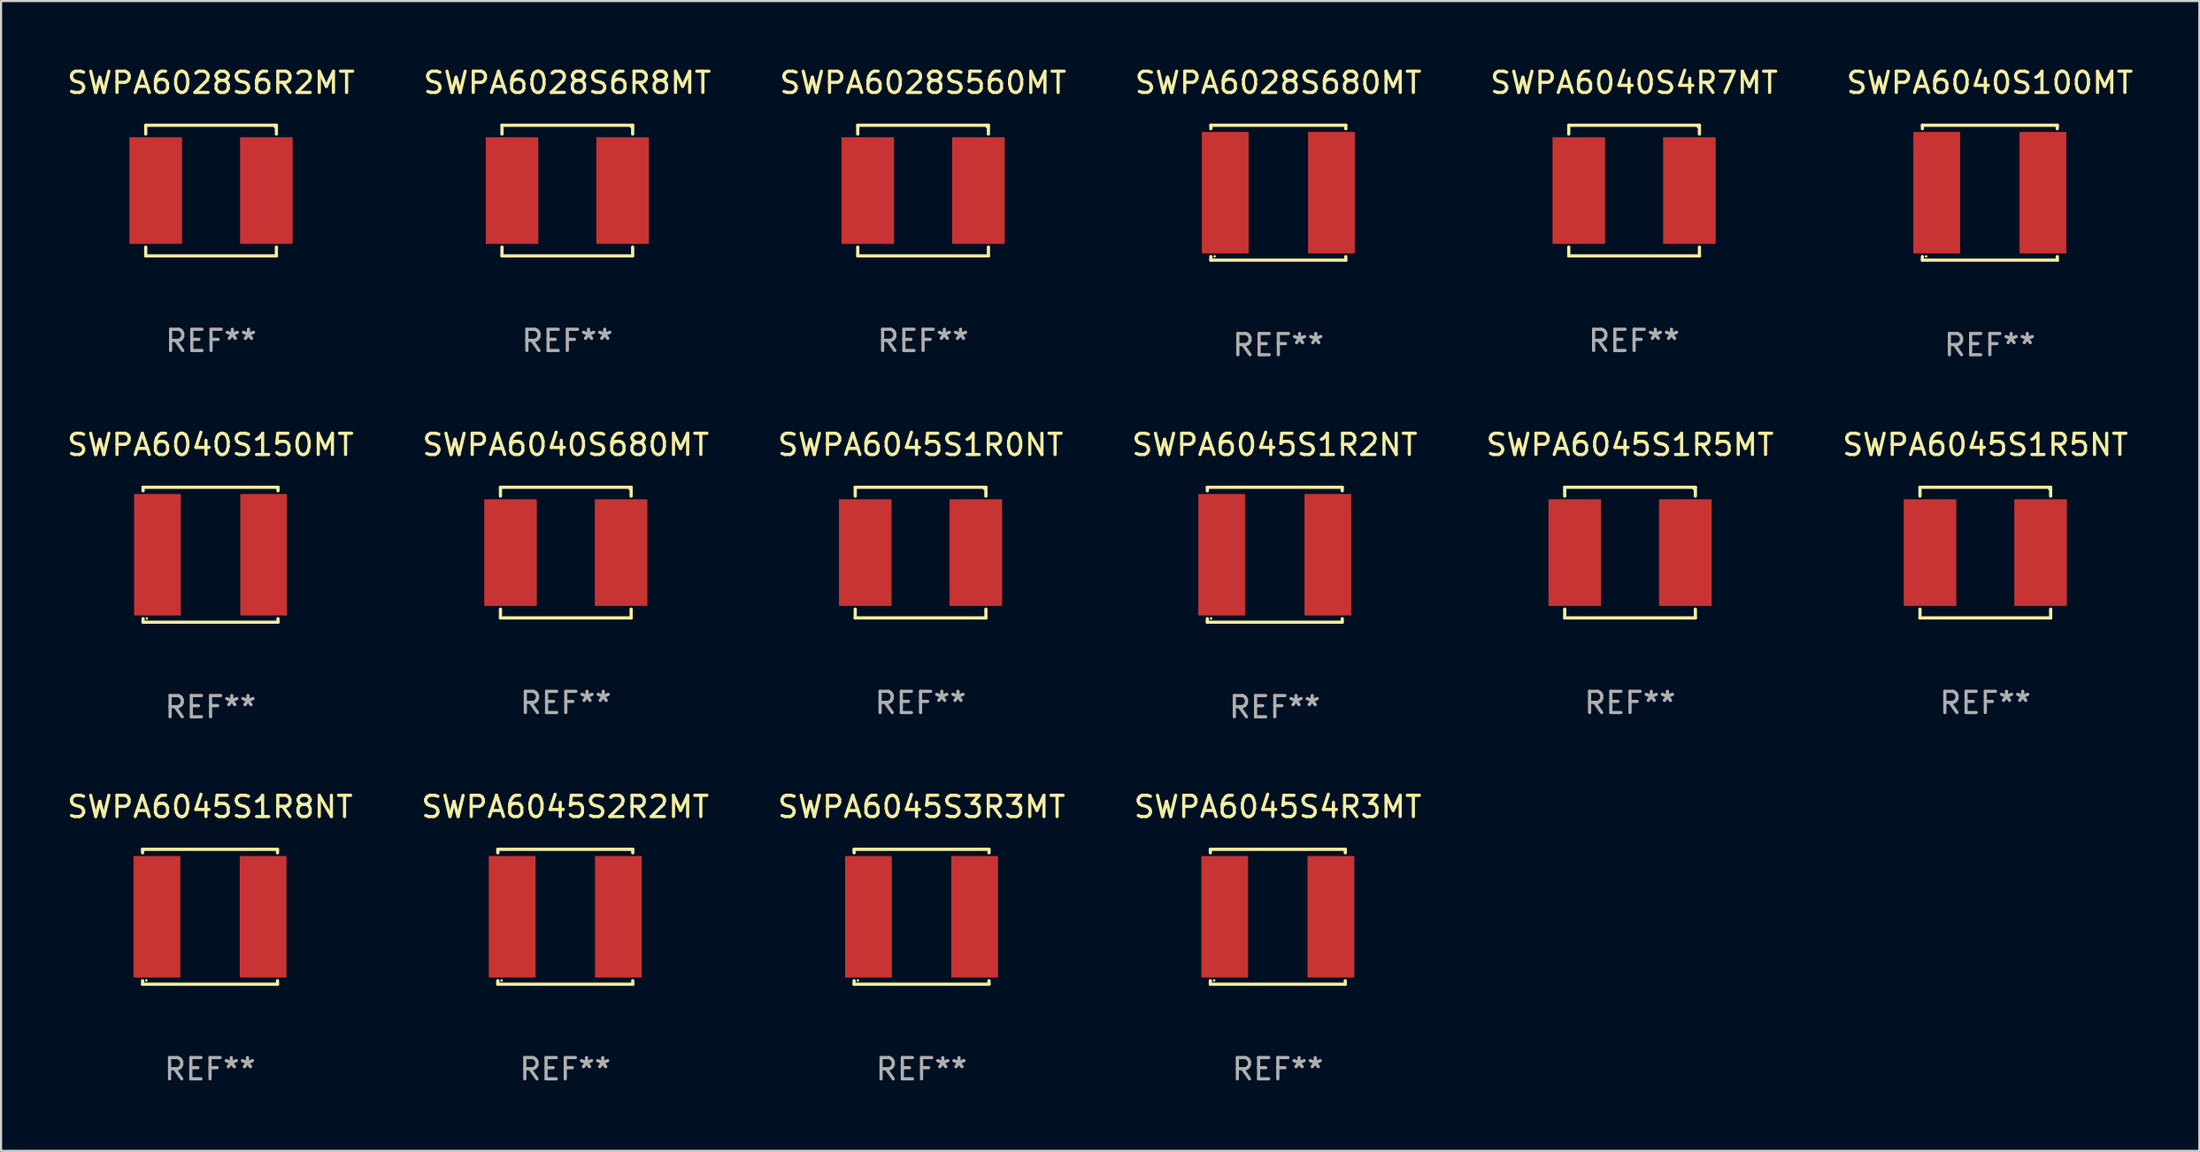
<source format=kicad_pcb>
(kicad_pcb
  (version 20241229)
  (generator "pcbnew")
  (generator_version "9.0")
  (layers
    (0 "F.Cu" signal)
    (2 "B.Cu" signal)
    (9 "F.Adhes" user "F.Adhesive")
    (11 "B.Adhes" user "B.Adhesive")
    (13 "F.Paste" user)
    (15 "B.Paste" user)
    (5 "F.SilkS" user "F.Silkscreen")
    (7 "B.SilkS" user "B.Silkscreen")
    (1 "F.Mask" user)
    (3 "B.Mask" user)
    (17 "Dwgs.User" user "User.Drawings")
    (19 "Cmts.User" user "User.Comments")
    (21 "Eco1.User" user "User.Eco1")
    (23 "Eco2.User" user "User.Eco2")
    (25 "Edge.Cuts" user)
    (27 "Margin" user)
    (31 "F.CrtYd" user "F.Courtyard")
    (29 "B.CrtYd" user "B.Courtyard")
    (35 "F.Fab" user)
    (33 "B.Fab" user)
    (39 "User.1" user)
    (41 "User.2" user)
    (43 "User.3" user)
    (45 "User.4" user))
  (footprint "SWPA6045S1R2NT"
    (layer "F.Cu")
    (at 56.97 23.073)
    (property "Reference" "SWPA6045S1R2NT" (at 0 -5.176 0) (layer "F.SilkS") (effects (font (size 1 1) (thickness 0.15))))
    (attr through_hole)
    (fp_line (start -3.176 -3.176) (end 3.176 -3.176) (stroke (width 0.152) (type solid)) (layer "F.SilkS"))
    (fp_line (start -3.176 -3.012) (end -3.176 -3.176) (stroke (width 0.152) (type solid)) (layer "F.SilkS"))
    (fp_line (start -3.176 3.012) (end -3.176 3.176) (stroke (width 0.152) (type solid)) (layer "F.SilkS"))
    (fp_line (start -3.176 3.176) (end 3.176 3.176) (stroke (width 0.152) (type solid)) (layer "F.SilkS"))
    (fp_line (start 3.176 -3.176) (end 3.176 -3.012) (stroke (width 0.152) (type solid)) (layer "F.SilkS"))
    (fp_line (start 3.176 3.176) (end 3.176 3.012) (stroke (width 0.152) (type solid)) (layer "F.SilkS"))
    (fp_circle (center -3 3) (end -2.97 3) (stroke (width 0.06) (type solid)) (fill no) (layer "F.SilkS"))
    (fp_text user "REF**" (at 0 7.176 0) (layer "F.Fab") (effects (font (size 1 1) (thickness 0.15))))
    (pad "1" smd rect (at -2.5 0) (size 2.2 5.72) (layers "F.Cu" "F.Mask" "F.Paste"))
    (pad "2" smd rect (at 2.5 0) (size 2.2 5.72) (layers "F.Cu" "F.Mask" "F.Paste")))
  (footprint "SWPA6045S4R3MT"
    (layer "F.Cu")
    (at 57.113 40.122)
    (property "Reference" "SWPA6045S4R3MT" (at 0 -5.176 0) (layer "F.SilkS") (effects (font (size 1 1) (thickness 0.15))))
    (attr through_hole)
    (fp_line (start -3.176 -3.176) (end 3.176 -3.176) (stroke (width 0.152) (type solid)) (layer "F.SilkS"))
    (fp_line (start -3.176 -3.012) (end -3.176 -3.176) (stroke (width 0.152) (type solid)) (layer "F.SilkS"))
    (fp_line (start -3.176 3.012) (end -3.176 3.176) (stroke (width 0.152) (type solid)) (layer "F.SilkS"))
    (fp_line (start -3.176 3.176) (end 3.176 3.176) (stroke (width 0.152) (type solid)) (layer "F.SilkS"))
    (fp_line (start 3.176 -3.176) (end 3.176 -3.012) (stroke (width 0.152) (type solid)) (layer "F.SilkS"))
    (fp_line (start 3.176 3.176) (end 3.176 3.012) (stroke (width 0.152) (type solid)) (layer "F.SilkS"))
    (fp_circle (center -3 3) (end -2.97 3) (stroke (width 0.06) (type solid)) (fill no) (layer "F.SilkS"))
    (fp_text user "REF**" (at 0 7.176 0) (layer "F.Fab") (effects (font (size 1 1) (thickness 0.15))))
    (pad "1" smd rect (at -2.5 0) (size 2.2 5.72) (layers "F.Cu" "F.Mask" "F.Paste"))
    (pad "2" smd rect (at 2.5 0) (size 2.2 5.72) (layers "F.Cu" "F.Mask" "F.Paste")))
  (footprint "SWPA6040S150MT"
    (layer "F.Cu")
    (at 6.863 23.073)
    (property "Reference" "SWPA6040S150MT" (at 0 -5.176 0) (layer "F.SilkS") (effects (font (size 1 1) (thickness 0.15))))
    (attr through_hole)
    (fp_line (start -3.176 -3.176) (end 3.176 -3.176) (stroke (width 0.152) (type solid)) (layer "F.SilkS"))
    (fp_line (start -3.176 -3.012) (end -3.176 -3.176) (stroke (width 0.152) (type solid)) (layer "F.SilkS"))
    (fp_line (start -3.176 3.012) (end -3.176 3.176) (stroke (width 0.152) (type solid)) (layer "F.SilkS"))
    (fp_line (start -3.176 3.176) (end 3.176 3.176) (stroke (width 0.152) (type solid)) (layer "F.SilkS"))
    (fp_line (start 3.176 -3.176) (end 3.176 -3.012) (stroke (width 0.152) (type solid)) (layer "F.SilkS"))
    (fp_line (start 3.176 3.176) (end 3.176 3.012) (stroke (width 0.152) (type solid)) (layer "F.SilkS"))
    (fp_circle (center -3 3) (end -2.97 3) (stroke (width 0.06) (type solid)) (fill no) (layer "F.SilkS"))
    (fp_text user "REF**" (at 0 7.176 0) (layer "F.Fab") (effects (font (size 1 1) (thickness 0.15))))
    (pad "1" smd rect (at -2.5 0) (size 2.2 5.72) (layers "F.Cu" "F.Mask" "F.Paste"))
    (pad "2" smd rect (at 2.5 0) (size 2.2 5.72) (layers "F.Cu" "F.Mask" "F.Paste")))
  (footprint "SWPA6045S1R8NT"
    (layer "F.Cu")
    (at 6.839 40.122)
    (property "Reference" "SWPA6045S1R8NT" (at 0 -5.176 0) (layer "F.SilkS") (effects (font (size 1 1) (thickness 0.15))))
    (attr through_hole)
    (fp_line (start -3.176 -3.176) (end 3.176 -3.176) (stroke (width 0.152) (type solid)) (layer "F.SilkS"))
    (fp_line (start -3.176 -3.012) (end -3.176 -3.176) (stroke (width 0.152) (type solid)) (layer "F.SilkS"))
    (fp_line (start -3.176 3.012) (end -3.176 3.176) (stroke (width 0.152) (type solid)) (layer "F.SilkS"))
    (fp_line (start -3.176 3.176) (end 3.176 3.176) (stroke (width 0.152) (type solid)) (layer "F.SilkS"))
    (fp_line (start 3.176 -3.176) (end 3.176 -3.012) (stroke (width 0.152) (type solid)) (layer "F.SilkS"))
    (fp_line (start 3.176 3.176) (end 3.176 3.012) (stroke (width 0.152) (type solid)) (layer "F.SilkS"))
    (fp_circle (center -3 3) (end -2.97 3) (stroke (width 0.06) (type solid)) (fill no) (layer "F.SilkS"))
    (fp_text user "REF**" (at 0 7.176 0) (layer "F.Fab") (effects (font (size 1 1) (thickness 0.15))))
    (pad "1" smd rect (at -2.5 0) (size 2.2 5.72) (layers "F.Cu" "F.Mask" "F.Paste"))
    (pad "2" smd rect (at 2.5 0) (size 2.2 5.72) (layers "F.Cu" "F.Mask" "F.Paste")))
  (footprint "SWPA6045S1R5NT"
    (layer "F.Cu")
    (at 90.423 22.973)
    (property "Reference" "SWPA6045S1R5NT" (at 0 -5.076 0) (layer "F.SilkS") (effects (font (size 1 1) (thickness 0.15))))
    (attr through_hole)
    (fp_line (start -3.076 -3.076) (end 3.076 -3.076) (stroke (width 0.152) (type solid)) (layer "F.SilkS"))
    (fp_line (start -3.076 -2.662) (end -3.076 -3.076) (stroke (width 0.152) (type solid)) (layer "F.SilkS"))
    (fp_line (start -3.076 2.662) (end -3.076 3.076) (stroke (width 0.152) (type solid)) (layer "F.SilkS"))
    (fp_line (start -3.076 3.076) (end 3.076 3.076) (stroke (width 0.152) (type solid)) (layer "F.SilkS"))
    (fp_line (start 3.076 -3.076) (end 3.076 -2.662) (stroke (width 0.152) (type solid)) (layer "F.SilkS"))
    (fp_line (start 3.076 3.076) (end 3.076 2.662) (stroke (width 0.152) (type solid)) (layer "F.SilkS"))
    (fp_circle (center 3 -3) (end 3.03 -3) (stroke (width 0.06) (type solid)) (fill no) (layer "F.SilkS"))
    (fp_text user "REF**" (at 0 7.076 0) (layer "F.Fab") (effects (font (size 1 1) (thickness 0.15))))
    (pad "1" smd rect (at 2.603 0) (size 2.474 5.02) (layers "F.Cu" "F.Mask" "F.Paste"))
    (pad "2" smd rect (at -2.603 0) (size 2.474 5.02) (layers "F.Cu" "F.Mask" "F.Paste")))
  (footprint "SWPA6045S2R2MT"
    (layer "F.Cu")
    (at 23.565 40.122)
    (property "Reference" "SWPA6045S2R2MT" (at 0 -5.176 0) (layer "F.SilkS") (effects (font (size 1 1) (thickness 0.15))))
    (attr through_hole)
    (fp_line (start -3.176 -3.176) (end 3.176 -3.176) (stroke (width 0.152) (type solid)) (layer "F.SilkS"))
    (fp_line (start -3.176 -3.012) (end -3.176 -3.176) (stroke (width 0.152) (type solid)) (layer "F.SilkS"))
    (fp_line (start -3.176 3.012) (end -3.176 3.176) (stroke (width 0.152) (type solid)) (layer "F.SilkS"))
    (fp_line (start -3.176 3.176) (end 3.176 3.176) (stroke (width 0.152) (type solid)) (layer "F.SilkS"))
    (fp_line (start 3.176 -3.176) (end 3.176 -3.012) (stroke (width 0.152) (type solid)) (layer "F.SilkS"))
    (fp_line (start 3.176 3.176) (end 3.176 3.012) (stroke (width 0.152) (type solid)) (layer "F.SilkS"))
    (fp_circle (center -3 3) (end -2.97 3) (stroke (width 0.06) (type solid)) (fill no) (layer "F.SilkS"))
    (fp_text user "REF**" (at 0 7.176 0) (layer "F.Fab") (effects (font (size 1 1) (thickness 0.15))))
    (pad "1" smd rect (at -2.5 0) (size 2.2 5.72) (layers "F.Cu" "F.Mask" "F.Paste"))
    (pad "2" smd rect (at 2.5 0) (size 2.2 5.72) (layers "F.Cu" "F.Mask" "F.Paste")))
  (footprint "SWPA6045S3R3MT"
    (layer "F.Cu")
    (at 40.339 40.122)
    (property "Reference" "SWPA6045S3R3MT" (at 0 -5.176 0) (layer "F.SilkS") (effects (font (size 1 1) (thickness 0.15))))
    (attr through_hole)
    (fp_line (start -3.176 -3.176) (end 3.176 -3.176) (stroke (width 0.152) (type solid)) (layer "F.SilkS"))
    (fp_line (start -3.176 -3.012) (end -3.176 -3.176) (stroke (width 0.152) (type solid)) (layer "F.SilkS"))
    (fp_line (start -3.176 3.012) (end -3.176 3.176) (stroke (width 0.152) (type solid)) (layer "F.SilkS"))
    (fp_line (start -3.176 3.176) (end 3.176 3.176) (stroke (width 0.152) (type solid)) (layer "F.SilkS"))
    (fp_line (start 3.176 -3.176) (end 3.176 -3.012) (stroke (width 0.152) (type solid)) (layer "F.SilkS"))
    (fp_line (start 3.176 3.176) (end 3.176 3.012) (stroke (width 0.152) (type solid)) (layer "F.SilkS"))
    (fp_circle (center -3 3) (end -2.97 3) (stroke (width 0.06) (type solid)) (fill no) (layer "F.SilkS"))
    (fp_text user "REF**" (at 0 7.176 0) (layer "F.Fab") (effects (font (size 1 1) (thickness 0.15))))
    (pad "1" smd rect (at -2.5 0) (size 2.2 5.72) (layers "F.Cu" "F.Mask" "F.Paste"))
    (pad "2" smd rect (at 2.5 0) (size 2.2 5.72) (layers "F.Cu" "F.Mask" "F.Paste")))
  (footprint "SWPA6045S1R5MT"
    (layer "F.Cu")
    (at 73.696 22.973)
    (property "Reference" "SWPA6045S1R5MT" (at 0 -5.076 0) (layer "F.SilkS") (effects (font (size 1 1) (thickness 0.15))))
    (attr through_hole)
    (fp_line (start -3.076 -3.076) (end 3.076 -3.076) (stroke (width 0.152) (type solid)) (layer "F.SilkS"))
    (fp_line (start -3.076 -2.662) (end -3.076 -3.076) (stroke (width 0.152) (type solid)) (layer "F.SilkS"))
    (fp_line (start -3.076 2.662) (end -3.076 3.076) (stroke (width 0.152) (type solid)) (layer "F.SilkS"))
    (fp_line (start -3.076 3.076) (end 3.076 3.076) (stroke (width 0.152) (type solid)) (layer "F.SilkS"))
    (fp_line (start 3.076 -3.076) (end 3.076 -2.662) (stroke (width 0.152) (type solid)) (layer "F.SilkS"))
    (fp_line (start 3.076 3.076) (end 3.076 2.662) (stroke (width 0.152) (type solid)) (layer "F.SilkS"))
    (fp_circle (center 3 -3) (end 3.03 -3) (stroke (width 0.06) (type solid)) (fill no) (layer "F.SilkS"))
    (fp_text user "REF**" (at 0 7.076 0) (layer "F.Fab") (effects (font (size 1 1) (thickness 0.15))))
    (pad "1" smd rect (at 2.603 0) (size 2.474 5.02) (layers "F.Cu" "F.Mask" "F.Paste"))
    (pad "2" smd rect (at -2.603 0) (size 2.474 5.02) (layers "F.Cu" "F.Mask" "F.Paste")))
  (footprint "SWPA6028S6R2MT"
    (layer "F.Cu")
    (at 6.887 5.924)
    (property "Reference" "SWPA6028S6R2MT" (at 0 -5.076 0) (layer "F.SilkS") (effects (font (size 1 1) (thickness 0.15))))
    (attr through_hole)
    (fp_line (start -3.076 -3.076) (end 3.076 -3.076) (stroke (width 0.152) (type solid)) (layer "F.SilkS"))
    (fp_line (start -3.076 -2.662) (end -3.076 -3.076) (stroke (width 0.152) (type solid)) (layer "F.SilkS"))
    (fp_line (start -3.076 2.662) (end -3.076 3.076) (stroke (width 0.152) (type solid)) (layer "F.SilkS"))
    (fp_line (start -3.076 3.076) (end 3.076 3.076) (stroke (width 0.152) (type solid)) (layer "F.SilkS"))
    (fp_line (start 3.076 -3.076) (end 3.076 -2.662) (stroke (width 0.152) (type solid)) (layer "F.SilkS"))
    (fp_line (start 3.076 3.076) (end 3.076 2.662) (stroke (width 0.152) (type solid)) (layer "F.SilkS"))
    (fp_circle (center 3 -3) (end 3.03 -3) (stroke (width 0.06) (type solid)) (fill no) (layer "F.SilkS"))
    (fp_text user "REF**" (at 0 7.076 0) (layer "F.Fab") (effects (font (size 1 1) (thickness 0.15))))
    (pad "1" smd rect (at 2.603 0) (size 2.474 5.02) (layers "F.Cu" "F.Mask" "F.Paste"))
    (pad "2" smd rect (at -2.603 0) (size 2.474 5.02) (layers "F.Cu" "F.Mask" "F.Paste")))
  (footprint "SWPA6040S680MT"
    (layer "F.Cu")
    (at 23.589 22.973)
    (property "Reference" "SWPA6040S680MT" (at 0 -5.076 0) (layer "F.SilkS") (effects (font (size 1 1) (thickness 0.15))))
    (attr through_hole)
    (fp_line (start -3.076 -3.076) (end 3.076 -3.076) (stroke (width 0.152) (type solid)) (layer "F.SilkS"))
    (fp_line (start -3.076 -2.662) (end -3.076 -3.076) (stroke (width 0.152) (type solid)) (layer "F.SilkS"))
    (fp_line (start -3.076 2.662) (end -3.076 3.076) (stroke (width 0.152) (type solid)) (layer "F.SilkS"))
    (fp_line (start -3.076 3.076) (end 3.076 3.076) (stroke (width 0.152) (type solid)) (layer "F.SilkS"))
    (fp_line (start 3.076 -3.076) (end 3.076 -2.662) (stroke (width 0.152) (type solid)) (layer "F.SilkS"))
    (fp_line (start 3.076 3.076) (end 3.076 2.662) (stroke (width 0.152) (type solid)) (layer "F.SilkS"))
    (fp_circle (center 3 -3) (end 3.03 -3) (stroke (width 0.06) (type solid)) (fill no) (layer "F.SilkS"))
    (fp_text user "REF**" (at 0 7.076 0) (layer "F.Fab") (effects (font (size 1 1) (thickness 0.15))))
    (pad "1" smd rect (at 2.603 0) (size 2.474 5.02) (layers "F.Cu" "F.Mask" "F.Paste"))
    (pad "2" smd rect (at -2.603 0) (size 2.474 5.02) (layers "F.Cu" "F.Mask" "F.Paste")))
  (footprint "SWPA6040S100MT"
    (layer "F.Cu")
    (at 90.637 6.024)
    (property "Reference" "SWPA6040S100MT" (at 0 -5.176 0) (layer "F.SilkS") (effects (font (size 1 1) (thickness 0.15))))
    (attr through_hole)
    (fp_line (start -3.176 -3.176) (end 3.176 -3.176) (stroke (width 0.152) (type solid)) (layer "F.SilkS"))
    (fp_line (start -3.176 -3.012) (end -3.176 -3.176) (stroke (width 0.152) (type solid)) (layer "F.SilkS"))
    (fp_line (start -3.176 3.012) (end -3.176 3.176) (stroke (width 0.152) (type solid)) (layer "F.SilkS"))
    (fp_line (start -3.176 3.176) (end 3.176 3.176) (stroke (width 0.152) (type solid)) (layer "F.SilkS"))
    (fp_line (start 3.176 -3.176) (end 3.176 -3.012) (stroke (width 0.152) (type solid)) (layer "F.SilkS"))
    (fp_line (start 3.176 3.176) (end 3.176 3.012) (stroke (width 0.152) (type solid)) (layer "F.SilkS"))
    (fp_circle (center -3 3) (end -2.97 3) (stroke (width 0.06) (type solid)) (fill no) (layer "F.SilkS"))
    (fp_text user "REF**" (at 0 7.176 0) (layer "F.Fab") (effects (font (size 1 1) (thickness 0.15))))
    (pad "1" smd rect (at -2.5 0) (size 2.2 5.72) (layers "F.Cu" "F.Mask" "F.Paste"))
    (pad "2" smd rect (at 2.5 0) (size 2.2 5.72) (layers "F.Cu" "F.Mask" "F.Paste")))
  (footprint "SWPA6028S680MT"
    (layer "F.Cu")
    (at 57.137 6.024)
    (property "Reference" "SWPA6028S680MT" (at 0 -5.176 0) (layer "F.SilkS") (effects (font (size 1 1) (thickness 0.15))))
    (attr through_hole)
    (fp_line (start -3.176 -3.176) (end 3.176 -3.176) (stroke (width 0.152) (type solid)) (layer "F.SilkS"))
    (fp_line (start -3.176 -3.012) (end -3.176 -3.176) (stroke (width 0.152) (type solid)) (layer "F.SilkS"))
    (fp_line (start -3.176 3.012) (end -3.176 3.176) (stroke (width 0.152) (type solid)) (layer "F.SilkS"))
    (fp_line (start -3.176 3.176) (end 3.176 3.176) (stroke (width 0.152) (type solid)) (layer "F.SilkS"))
    (fp_line (start 3.176 -3.176) (end 3.176 -3.012) (stroke (width 0.152) (type solid)) (layer "F.SilkS"))
    (fp_line (start 3.176 3.176) (end 3.176 3.012) (stroke (width 0.152) (type solid)) (layer "F.SilkS"))
    (fp_circle (center -3 3) (end -2.97 3) (stroke (width 0.06) (type solid)) (fill no) (layer "F.SilkS"))
    (fp_text user "REF**" (at 0 7.176 0) (layer "F.Fab") (effects (font (size 1 1) (thickness 0.15))))
    (pad "1" smd rect (at -2.5 0) (size 2.2 5.72) (layers "F.Cu" "F.Mask" "F.Paste"))
    (pad "2" smd rect (at 2.5 0) (size 2.2 5.72) (layers "F.Cu" "F.Mask" "F.Paste")))
  (footprint "SWPA6028S6R8MT"
    (layer "F.Cu")
    (at 23.661 5.924)
    (property "Reference" "SWPA6028S6R8MT" (at 0 -5.076 0) (layer "F.SilkS") (effects (font (size 1 1) (thickness 0.15))))
    (attr through_hole)
    (fp_line (start -3.076 -3.076) (end 3.076 -3.076) (stroke (width 0.152) (type solid)) (layer "F.SilkS"))
    (fp_line (start -3.076 -2.662) (end -3.076 -3.076) (stroke (width 0.152) (type solid)) (layer "F.SilkS"))
    (fp_line (start -3.076 2.662) (end -3.076 3.076) (stroke (width 0.152) (type solid)) (layer "F.SilkS"))
    (fp_line (start -3.076 3.076) (end 3.076 3.076) (stroke (width 0.152) (type solid)) (layer "F.SilkS"))
    (fp_line (start 3.076 -3.076) (end 3.076 -2.662) (stroke (width 0.152) (type solid)) (layer "F.SilkS"))
    (fp_line (start 3.076 3.076) (end 3.076 2.662) (stroke (width 0.152) (type solid)) (layer "F.SilkS"))
    (fp_circle (center 3 -3) (end 3.03 -3) (stroke (width 0.06) (type solid)) (fill no) (layer "F.SilkS"))
    (fp_text user "REF**" (at 0 7.076 0) (layer "F.Fab") (effects (font (size 1 1) (thickness 0.15))))
    (pad "1" smd rect (at 2.603 0) (size 2.474 5.02) (layers "F.Cu" "F.Mask" "F.Paste"))
    (pad "2" smd rect (at -2.603 0) (size 2.474 5.02) (layers "F.Cu" "F.Mask" "F.Paste")))
  (footprint "SWPA6040S4R7MT"
    (layer "F.Cu")
    (at 73.887 5.924)
    (property "Reference" "SWPA6040S4R7MT" (at 0 -5.076 0) (layer "F.SilkS") (effects (font (size 1 1) (thickness 0.15))))
    (attr through_hole)
    (fp_line (start -3.076 -3.076) (end 3.076 -3.076) (stroke (width 0.152) (type solid)) (layer "F.SilkS"))
    (fp_line (start -3.076 -2.662) (end -3.076 -3.076) (stroke (width 0.152) (type solid)) (layer "F.SilkS"))
    (fp_line (start -3.076 2.662) (end -3.076 3.076) (stroke (width 0.152) (type solid)) (layer "F.SilkS"))
    (fp_line (start -3.076 3.076) (end 3.076 3.076) (stroke (width 0.152) (type solid)) (layer "F.SilkS"))
    (fp_line (start 3.076 -3.076) (end 3.076 -2.662) (stroke (width 0.152) (type solid)) (layer "F.SilkS"))
    (fp_line (start 3.076 3.076) (end 3.076 2.662) (stroke (width 0.152) (type solid)) (layer "F.SilkS"))
    (fp_circle (center 3 -3) (end 3.03 -3) (stroke (width 0.06) (type solid)) (fill no) (layer "F.SilkS"))
    (fp_text user "REF**" (at 0 7.076 0) (layer "F.Fab") (effects (font (size 1 1) (thickness 0.15))))
    (pad "1" smd rect (at 2.603 0) (size 2.474 5.02) (layers "F.Cu" "F.Mask" "F.Paste"))
    (pad "2" smd rect (at -2.603 0) (size 2.474 5.02) (layers "F.Cu" "F.Mask" "F.Paste")))
  (footprint "SWPA6028S560MT"
    (layer "F.Cu")
    (at 40.411 5.924)
    (property "Reference" "SWPA6028S560MT" (at 0 -5.076 0) (layer "F.SilkS") (effects (font (size 1 1) (thickness 0.15))))
    (attr through_hole)
    (fp_line (start -3.076 -3.076) (end 3.076 -3.076) (stroke (width 0.152) (type solid)) (layer "F.SilkS"))
    (fp_line (start -3.076 -2.662) (end -3.076 -3.076) (stroke (width 0.152) (type solid)) (layer "F.SilkS"))
    (fp_line (start -3.076 2.662) (end -3.076 3.076) (stroke (width 0.152) (type solid)) (layer "F.SilkS"))
    (fp_line (start -3.076 3.076) (end 3.076 3.076) (stroke (width 0.152) (type solid)) (layer "F.SilkS"))
    (fp_line (start 3.076 -3.076) (end 3.076 -2.662) (stroke (width 0.152) (type solid)) (layer "F.SilkS"))
    (fp_line (start 3.076 3.076) (end 3.076 2.662) (stroke (width 0.152) (type solid)) (layer "F.SilkS"))
    (fp_circle (center 3 -3) (end 3.03 -3) (stroke (width 0.06) (type solid)) (fill no) (layer "F.SilkS"))
    (fp_text user "REF**" (at 0 7.076 0) (layer "F.Fab") (effects (font (size 1 1) (thickness 0.15))))
    (pad "1" smd rect (at 2.603 0) (size 2.474 5.02) (layers "F.Cu" "F.Mask" "F.Paste"))
    (pad "2" smd rect (at -2.603 0) (size 2.474 5.02) (layers "F.Cu" "F.Mask" "F.Paste")))
  (footprint "SWPA6045S1R0NT"
    (layer "F.Cu")
    (at 40.292 22.973)
    (property "Reference" "SWPA6045S1R0NT" (at 0 -5.076 0) (layer "F.SilkS") (effects (font (size 1 1) (thickness 0.15))))
    (attr through_hole)
    (fp_line (start -3.076 -3.076) (end 3.076 -3.076) (stroke (width 0.152) (type solid)) (layer "F.SilkS"))
    (fp_line (start -3.076 -2.662) (end -3.076 -3.076) (stroke (width 0.152) (type solid)) (layer "F.SilkS"))
    (fp_line (start -3.076 2.662) (end -3.076 3.076) (stroke (width 0.152) (type solid)) (layer "F.SilkS"))
    (fp_line (start -3.076 3.076) (end 3.076 3.076) (stroke (width 0.152) (type solid)) (layer "F.SilkS"))
    (fp_line (start 3.076 -3.076) (end 3.076 -2.662) (stroke (width 0.152) (type solid)) (layer "F.SilkS"))
    (fp_line (start 3.076 3.076) (end 3.076 2.662) (stroke (width 0.152) (type solid)) (layer "F.SilkS"))
    (fp_circle (center 3 -3) (end 3.03 -3) (stroke (width 0.06) (type solid)) (fill no) (layer "F.SilkS"))
    (fp_text user "REF**" (at 0 7.076 0) (layer "F.Fab") (effects (font (size 1 1) (thickness 0.15))))
    (pad "1" smd rect (at 2.603 0) (size 2.474 5.02) (layers "F.Cu" "F.Mask" "F.Paste"))
    (pad "2" smd rect (at -2.603 0) (size 2.474 5.02) (layers "F.Cu" "F.Mask" "F.Paste")))
  (gr_rect
    (start -3 -3)
    (end 100.5 51.147)
    (stroke (width 0.1) (type default))
    (fill no)
    (layer "Edge.Cuts")))
</source>
